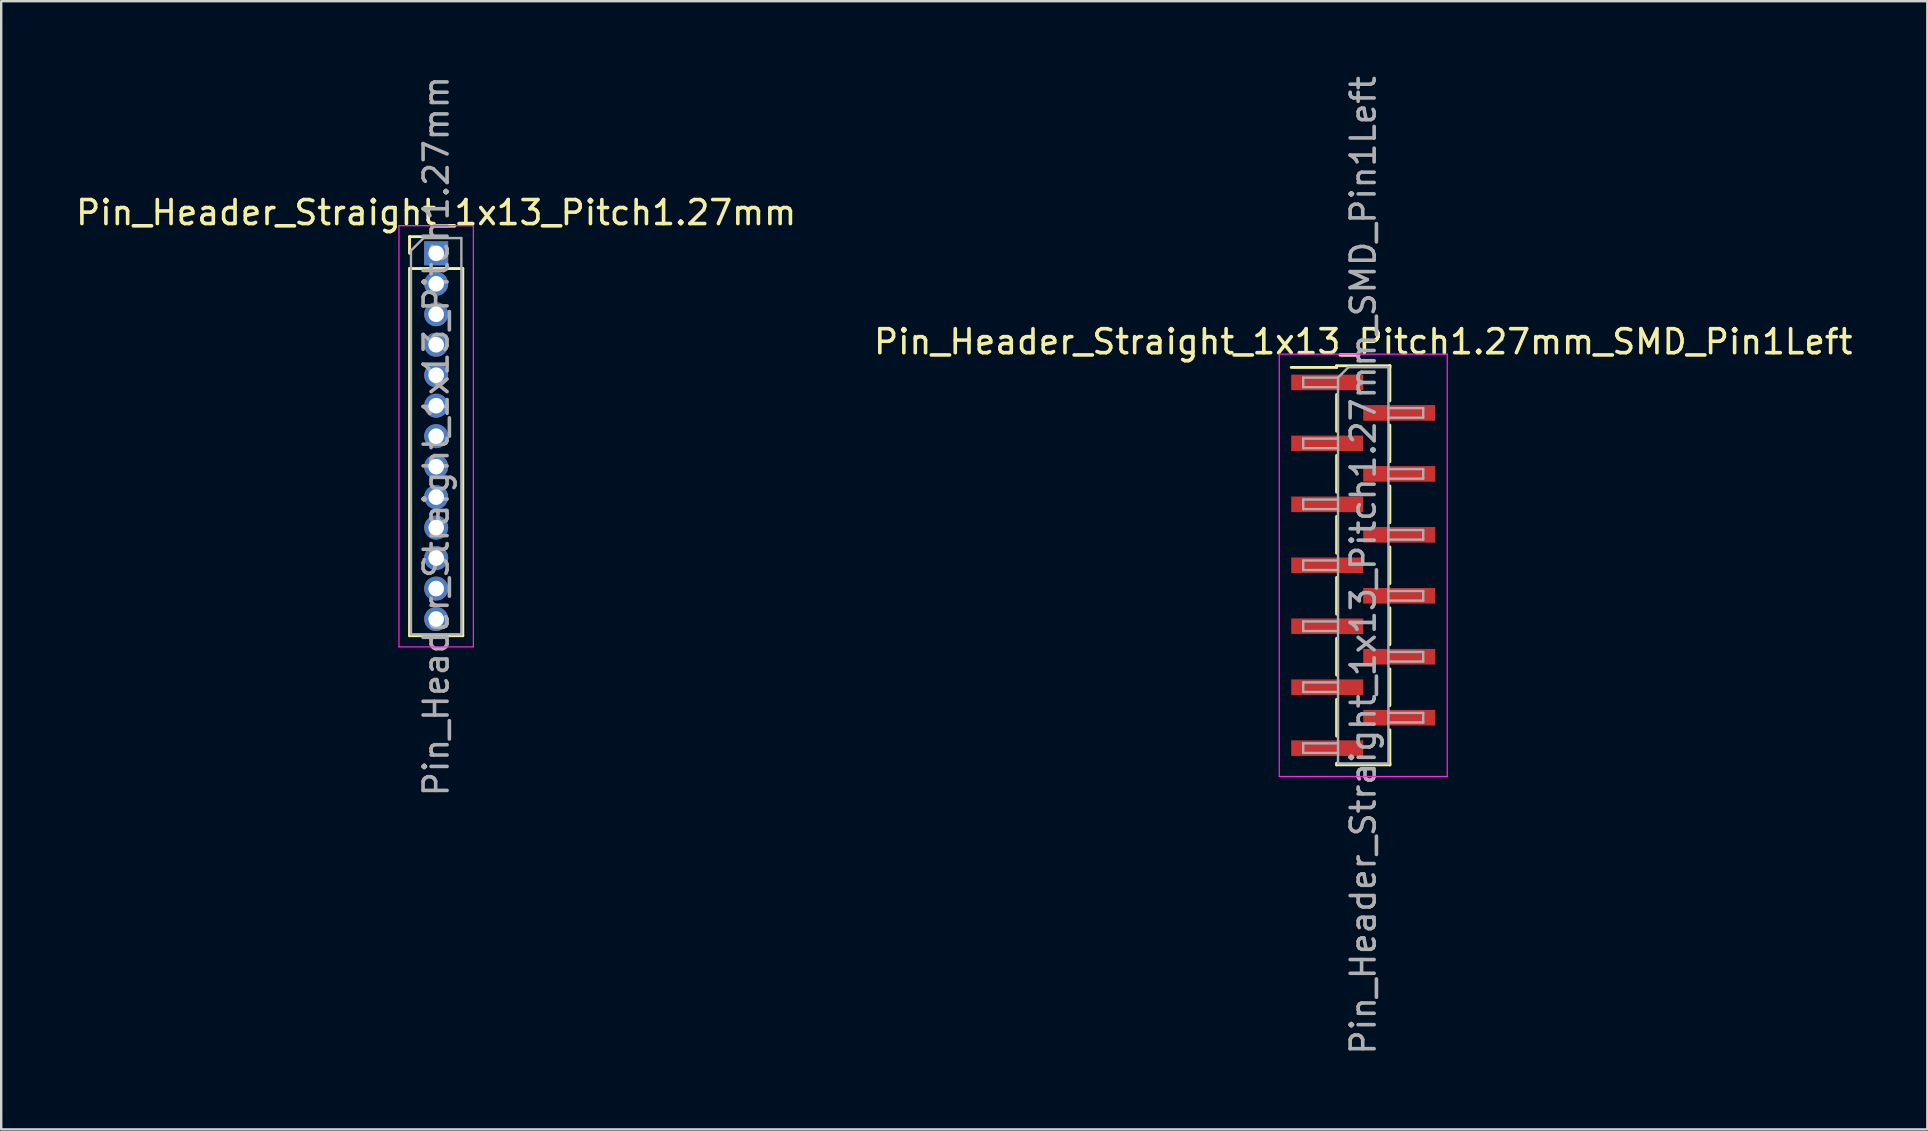
<source format=kicad_pcb>
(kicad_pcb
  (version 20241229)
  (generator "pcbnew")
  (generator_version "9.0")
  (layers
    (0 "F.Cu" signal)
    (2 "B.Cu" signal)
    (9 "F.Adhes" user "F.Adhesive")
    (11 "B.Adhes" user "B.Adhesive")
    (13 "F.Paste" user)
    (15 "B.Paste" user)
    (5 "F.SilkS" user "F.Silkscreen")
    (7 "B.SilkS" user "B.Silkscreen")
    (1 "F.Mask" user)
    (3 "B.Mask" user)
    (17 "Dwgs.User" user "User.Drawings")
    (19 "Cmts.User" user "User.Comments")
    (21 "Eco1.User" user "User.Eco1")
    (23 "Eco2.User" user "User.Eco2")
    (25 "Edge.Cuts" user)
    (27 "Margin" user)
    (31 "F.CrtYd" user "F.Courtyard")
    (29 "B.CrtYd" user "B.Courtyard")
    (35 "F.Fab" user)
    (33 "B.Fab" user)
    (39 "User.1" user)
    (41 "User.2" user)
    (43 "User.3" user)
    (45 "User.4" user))
  (footprint "Pin_Header_Straight_1x13_Pitch1.27mm_SMD_Pin1Left"
    (layer "F.Cu")
    (at 53.756 20.506)
    (property "Reference" "Pin_Header_Straight_1x13_Pitch1.27mm_SMD_Pin1Left" (at 0 -9.315 0) (layer "F.SilkS") (effects (font (size 1 1) (thickness 0.15))))
    (attr smd)
    (fp_line (start -1.11 -8.315) (end 1.11 -8.315) (stroke (width 0.12) (type solid)) (layer "F.SilkS"))
    (fp_line (start -1.11 -8.245) (end -3 -8.245) (stroke (width 0.12) (type solid)) (layer "F.SilkS"))
    (fp_line (start -1.11 -8.245) (end -1.11 -8.315) (stroke (width 0.12) (type solid)) (layer "F.SilkS"))
    (fp_line (start -1.11 -7.115) (end -1.11 -5.585) (stroke (width 0.12) (type solid)) (layer "F.SilkS"))
    (fp_line (start -1.11 -4.575) (end -1.11 -3.045) (stroke (width 0.12) (type solid)) (layer "F.SilkS"))
    (fp_line (start -1.11 -2.035) (end -1.11 -0.505) (stroke (width 0.12) (type solid)) (layer "F.SilkS"))
    (fp_line (start -1.11 0.505) (end -1.11 2.035) (stroke (width 0.12) (type solid)) (layer "F.SilkS"))
    (fp_line (start -1.11 3.045) (end -1.11 4.575) (stroke (width 0.12) (type solid)) (layer "F.SilkS"))
    (fp_line (start -1.11 5.585) (end -1.11 7.115) (stroke (width 0.12) (type solid)) (layer "F.SilkS"))
    (fp_line (start -1.11 8.245) (end -1.11 8.315) (stroke (width 0.12) (type solid)) (layer "F.SilkS"))
    (fp_line (start -1.11 8.315) (end 1.11 8.315) (stroke (width 0.12) (type solid)) (layer "F.SilkS"))
    (fp_line (start 1.11 -8.315) (end 1.11 -8.245) (stroke (width 0.12) (type solid)) (layer "F.SilkS"))
    (fp_line (start 1.11 -8.315) (end 1.11 -6.855) (stroke (width 0.12) (type solid)) (layer "F.SilkS"))
    (fp_line (start 1.11 -5.845) (end 1.11 -4.315) (stroke (width 0.12) (type solid)) (layer "F.SilkS"))
    (fp_line (start 1.11 -3.305) (end 1.11 -1.775) (stroke (width 0.12) (type solid)) (layer "F.SilkS"))
    (fp_line (start 1.11 -0.765) (end 1.11 0.765) (stroke (width 0.12) (type solid)) (layer "F.SilkS"))
    (fp_line (start 1.11 1.775) (end 1.11 3.305) (stroke (width 0.12) (type solid)) (layer "F.SilkS"))
    (fp_line (start 1.11 4.315) (end 1.11 5.845) (stroke (width 0.12) (type solid)) (layer "F.SilkS"))
    (fp_line (start 1.11 6.855) (end 1.11 8.315) (stroke (width 0.12) (type solid)) (layer "F.SilkS"))
    (fp_line (start 1.11 8.315) (end 1.11 8.245) (stroke (width 0.12) (type solid)) (layer "F.SilkS"))
    (fp_line (start -3.5 -8.8) (end -3.5 8.8) (stroke (width 0.05) (type solid)) (layer "F.CrtYd"))
    (fp_line (start -3.5 8.8) (end 3.5 8.8) (stroke (width 0.05) (type solid)) (layer "F.CrtYd"))
    (fp_line (start 3.5 -8.8) (end -3.5 -8.8) (stroke (width 0.05) (type solid)) (layer "F.CrtYd"))
    (fp_line (start 3.5 8.8) (end 3.5 -8.8) (stroke (width 0.05) (type solid)) (layer "F.CrtYd"))
    (fp_line (start -2.5 -7.82) (end -2.5 -7.42) (stroke (width 0.1) (type solid)) (layer "F.Fab"))
    (fp_line (start -2.5 -7.42) (end -1.05 -7.42) (stroke (width 0.1) (type solid)) (layer "F.Fab"))
    (fp_line (start -2.5 -5.28) (end -2.5 -4.88) (stroke (width 0.1) (type solid)) (layer "F.Fab"))
    (fp_line (start -2.5 -4.88) (end -1.05 -4.88) (stroke (width 0.1) (type solid)) (layer "F.Fab"))
    (fp_line (start -2.5 -2.74) (end -2.5 -2.34) (stroke (width 0.1) (type solid)) (layer "F.Fab"))
    (fp_line (start -2.5 -2.34) (end -1.05 -2.34) (stroke (width 0.1) (type solid)) (layer "F.Fab"))
    (fp_line (start -2.5 -0.2) (end -2.5 0.2) (stroke (width 0.1) (type solid)) (layer "F.Fab"))
    (fp_line (start -2.5 0.2) (end -1.05 0.2) (stroke (width 0.1) (type solid)) (layer "F.Fab"))
    (fp_line (start -2.5 2.34) (end -2.5 2.74) (stroke (width 0.1) (type solid)) (layer "F.Fab"))
    (fp_line (start -2.5 2.74) (end -1.05 2.74) (stroke (width 0.1) (type solid)) (layer "F.Fab"))
    (fp_line (start -2.5 4.88) (end -2.5 5.28) (stroke (width 0.1) (type solid)) (layer "F.Fab"))
    (fp_line (start -2.5 5.28) (end -1.05 5.28) (stroke (width 0.1) (type solid)) (layer "F.Fab"))
    (fp_line (start -2.5 7.42) (end -2.5 7.82) (stroke (width 0.1) (type solid)) (layer "F.Fab"))
    (fp_line (start -2.5 7.82) (end -1.05 7.82) (stroke (width 0.1) (type solid)) (layer "F.Fab"))
    (fp_line (start -1.05 -7.82) (end -2.5 -7.82) (stroke (width 0.1) (type solid)) (layer "F.Fab"))
    (fp_line (start -1.05 -7.82) (end -0.615 -8.255) (stroke (width 0.1) (type solid)) (layer "F.Fab"))
    (fp_line (start -1.05 -5.28) (end -2.5 -5.28) (stroke (width 0.1) (type solid)) (layer "F.Fab"))
    (fp_line (start -1.05 -2.74) (end -2.5 -2.74) (stroke (width 0.1) (type solid)) (layer "F.Fab"))
    (fp_line (start -1.05 -0.2) (end -2.5 -0.2) (stroke (width 0.1) (type solid)) (layer "F.Fab"))
    (fp_line (start -1.05 2.34) (end -2.5 2.34) (stroke (width 0.1) (type solid)) (layer "F.Fab"))
    (fp_line (start -1.05 4.88) (end -2.5 4.88) (stroke (width 0.1) (type solid)) (layer "F.Fab"))
    (fp_line (start -1.05 7.42) (end -2.5 7.42) (stroke (width 0.1) (type solid)) (layer "F.Fab"))
    (fp_line (start -1.05 8.255) (end -1.05 -7.82) (stroke (width 0.1) (type solid)) (layer "F.Fab"))
    (fp_line (start -0.615 -8.255) (end 1.05 -8.255) (stroke (width 0.1) (type solid)) (layer "F.Fab"))
    (fp_line (start 1.05 -8.255) (end 1.05 8.255) (stroke (width 0.1) (type solid)) (layer "F.Fab"))
    (fp_line (start 1.05 -6.55) (end 2.5 -6.55) (stroke (width 0.1) (type solid)) (layer "F.Fab"))
    (fp_line (start 1.05 -4.01) (end 2.5 -4.01) (stroke (width 0.1) (type solid)) (layer "F.Fab"))
    (fp_line (start 1.05 -1.47) (end 2.5 -1.47) (stroke (width 0.1) (type solid)) (layer "F.Fab"))
    (fp_line (start 1.05 1.07) (end 2.5 1.07) (stroke (width 0.1) (type solid)) (layer "F.Fab"))
    (fp_line (start 1.05 3.61) (end 2.5 3.61) (stroke (width 0.1) (type solid)) (layer "F.Fab"))
    (fp_line (start 1.05 6.15) (end 2.5 6.15) (stroke (width 0.1) (type solid)) (layer "F.Fab"))
    (fp_line (start 1.05 8.255) (end -1.05 8.255) (stroke (width 0.1) (type solid)) (layer "F.Fab"))
    (fp_line (start 2.5 -6.55) (end 2.5 -6.15) (stroke (width 0.1) (type solid)) (layer "F.Fab"))
    (fp_line (start 2.5 -6.15) (end 1.05 -6.15) (stroke (width 0.1) (type solid)) (layer "F.Fab"))
    (fp_line (start 2.5 -4.01) (end 2.5 -3.61) (stroke (width 0.1) (type solid)) (layer "F.Fab"))
    (fp_line (start 2.5 -3.61) (end 1.05 -3.61) (stroke (width 0.1) (type solid)) (layer "F.Fab"))
    (fp_line (start 2.5 -1.47) (end 2.5 -1.07) (stroke (width 0.1) (type solid)) (layer "F.Fab"))
    (fp_line (start 2.5 -1.07) (end 1.05 -1.07) (stroke (width 0.1) (type solid)) (layer "F.Fab"))
    (fp_line (start 2.5 1.07) (end 2.5 1.47) (stroke (width 0.1) (type solid)) (layer "F.Fab"))
    (fp_line (start 2.5 1.47) (end 1.05 1.47) (stroke (width 0.1) (type solid)) (layer "F.Fab"))
    (fp_line (start 2.5 3.61) (end 2.5 4.01) (stroke (width 0.1) (type solid)) (layer "F.Fab"))
    (fp_line (start 2.5 4.01) (end 1.05 4.01) (stroke (width 0.1) (type solid)) (layer "F.Fab"))
    (fp_line (start 2.5 6.15) (end 2.5 6.55) (stroke (width 0.1) (type solid)) (layer "F.Fab"))
    (fp_line (start 2.5 6.55) (end 1.05 6.55) (stroke (width 0.1) (type solid)) (layer "F.Fab"))
    (fp_text user "${REFERENCE}" (at 0 0 90) (layer "F.Fab") (effects (font (size 1 1) (thickness 0.15))))
    (pad "1" smd rect (at -1.5 -7.62) (size 3 0.65) (layers "F.Cu" "F.Mask" "F.Paste"))
    (pad "2" smd rect (at 1.5 -6.35) (size 3 0.65) (layers "F.Cu" "F.Mask" "F.Paste"))
    (pad "3" smd rect (at -1.5 -5.08) (size 3 0.65) (layers "F.Cu" "F.Mask" "F.Paste"))
    (pad "4" smd rect (at 1.5 -3.81) (size 3 0.65) (layers "F.Cu" "F.Mask" "F.Paste"))
    (pad "5" smd rect (at -1.5 -2.54) (size 3 0.65) (layers "F.Cu" "F.Mask" "F.Paste"))
    (pad "6" smd rect (at 1.5 -1.27) (size 3 0.65) (layers "F.Cu" "F.Mask" "F.Paste"))
    (pad "7" smd rect (at -1.5 0) (size 3 0.65) (layers "F.Cu" "F.Mask" "F.Paste"))
    (pad "8" smd rect (at 1.5 1.27) (size 3 0.65) (layers "F.Cu" "F.Mask" "F.Paste"))
    (pad "9" smd rect (at -1.5 2.54) (size 3 0.65) (layers "F.Cu" "F.Mask" "F.Paste"))
    (pad "10" smd rect (at 1.5 3.81) (size 3 0.65) (layers "F.Cu" "F.Mask" "F.Paste"))
    (pad "11" smd rect (at -1.5 5.08) (size 3 0.65) (layers "F.Cu" "F.Mask" "F.Paste"))
    (pad "12" smd rect (at 1.5 6.35) (size 3 0.65) (layers "F.Cu" "F.Mask" "F.Paste"))
    (pad "13" smd rect (at -1.5 7.62) (size 3 0.65) (layers "F.Cu" "F.Mask" "F.Paste")))
  (footprint "Pin_Header_Straight_1x13_Pitch1.27mm"
    (layer "F.Cu")
    (at 15.125 7.505)
    (property "Reference" "Pin_Header_Straight_1x13_Pitch1.27mm" (at 0 -1.695 0) (layer "F.SilkS") (effects (font (size 1 1) (thickness 0.15))))
    (attr through_hole)
    (fp_line (start -1.11 -0.695) (end 0 -0.695) (stroke (width 0.12) (type solid)) (layer "F.SilkS"))
    (fp_line (start -1.11 0) (end -1.11 -0.695) (stroke (width 0.12) (type solid)) (layer "F.SilkS"))
    (fp_line (start -1.11 0.635) (end -1.11 15.935) (stroke (width 0.12) (type solid)) (layer "F.SilkS"))
    (fp_line (start -1.11 15.935) (end 1.11 15.935) (stroke (width 0.12) (type solid)) (layer "F.SilkS"))
    (fp_line (start 1.11 0.635) (end -1.11 0.635) (stroke (width 0.12) (type solid)) (layer "F.SilkS"))
    (fp_line (start 1.11 15.935) (end 1.11 0.635) (stroke (width 0.12) (type solid)) (layer "F.SilkS"))
    (fp_line (start -1.55 -1.15) (end -1.55 16.4) (stroke (width 0.05) (type solid)) (layer "F.CrtYd"))
    (fp_line (start -1.55 16.4) (end 1.55 16.4) (stroke (width 0.05) (type solid)) (layer "F.CrtYd"))
    (fp_line (start 1.55 -1.15) (end -1.55 -1.15) (stroke (width 0.05) (type solid)) (layer "F.CrtYd"))
    (fp_line (start 1.55 16.4) (end 1.55 -1.15) (stroke (width 0.05) (type solid)) (layer "F.CrtYd"))
    (fp_line (start -1.05 -0.11) (end -0.525 -0.635) (stroke (width 0.1) (type solid)) (layer "F.Fab"))
    (fp_line (start -1.05 15.875) (end -1.05 -0.11) (stroke (width 0.1) (type solid)) (layer "F.Fab"))
    (fp_line (start -0.525 -0.635) (end 1.05 -0.635) (stroke (width 0.1) (type solid)) (layer "F.Fab"))
    (fp_line (start 1.05 -0.635) (end 1.05 15.875) (stroke (width 0.1) (type solid)) (layer "F.Fab"))
    (fp_line (start 1.05 15.875) (end -1.05 15.875) (stroke (width 0.1) (type solid)) (layer "F.Fab"))
    (fp_text user "${REFERENCE}" (at 0 7.62 90) (layer "F.Fab") (effects (font (size 1 1) (thickness 0.15))))
    (pad "1" thru_hole rect (at 0 0) (size 1 1) (drill 0.65) (layers "*.Cu" "*.Mask"))
    (pad "2" thru_hole oval (at 0 1.27) (size 1 1) (drill 0.65) (layers "*.Cu" "*.Mask"))
    (pad "3" thru_hole oval (at 0 2.54) (size 1 1) (drill 0.65) (layers "*.Cu" "*.Mask"))
    (pad "4" thru_hole oval (at 0 3.81) (size 1 1) (drill 0.65) (layers "*.Cu" "*.Mask"))
    (pad "5" thru_hole oval (at 0 5.08) (size 1 1) (drill 0.65) (layers "*.Cu" "*.Mask"))
    (pad "6" thru_hole oval (at 0 6.35) (size 1 1) (drill 0.65) (layers "*.Cu" "*.Mask"))
    (pad "7" thru_hole oval (at 0 7.62) (size 1 1) (drill 0.65) (layers "*.Cu" "*.Mask"))
    (pad "8" thru_hole oval (at 0 8.89) (size 1 1) (drill 0.65) (layers "*.Cu" "*.Mask"))
    (pad "9" thru_hole oval (at 0 10.16) (size 1 1) (drill 0.65) (layers "*.Cu" "*.Mask"))
    (pad "10" thru_hole oval (at 0 11.43) (size 1 1) (drill 0.65) (layers "*.Cu" "*.Mask"))
    (pad "11" thru_hole oval (at 0 12.7) (size 1 1) (drill 0.65) (layers "*.Cu" "*.Mask"))
    (pad "12" thru_hole oval (at 0 13.97) (size 1 1) (drill 0.65) (layers "*.Cu" "*.Mask"))
    (pad "13" thru_hole oval (at 0 15.24) (size 1 1) (drill 0.65) (layers "*.Cu" "*.Mask")))
  (gr_rect
    (start -3 -3)
    (end 77.262 44.012)
    (stroke (width 0.1) (type default))
    (fill no)
    (layer "Edge.Cuts")))
</source>
